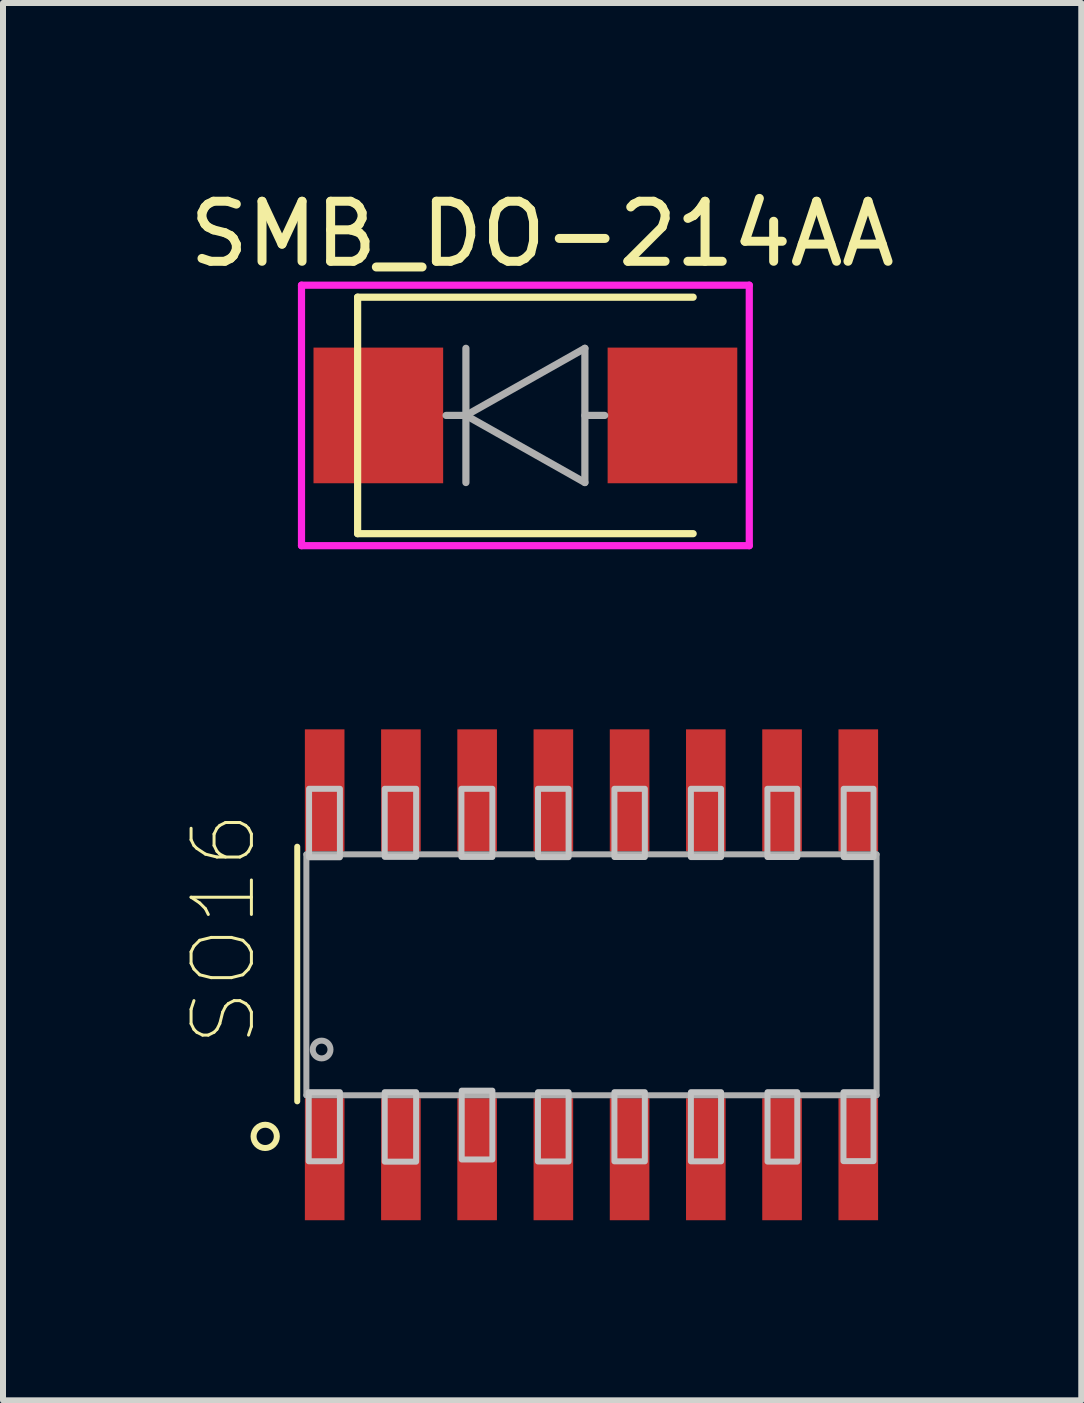
<source format=kicad_pcb>
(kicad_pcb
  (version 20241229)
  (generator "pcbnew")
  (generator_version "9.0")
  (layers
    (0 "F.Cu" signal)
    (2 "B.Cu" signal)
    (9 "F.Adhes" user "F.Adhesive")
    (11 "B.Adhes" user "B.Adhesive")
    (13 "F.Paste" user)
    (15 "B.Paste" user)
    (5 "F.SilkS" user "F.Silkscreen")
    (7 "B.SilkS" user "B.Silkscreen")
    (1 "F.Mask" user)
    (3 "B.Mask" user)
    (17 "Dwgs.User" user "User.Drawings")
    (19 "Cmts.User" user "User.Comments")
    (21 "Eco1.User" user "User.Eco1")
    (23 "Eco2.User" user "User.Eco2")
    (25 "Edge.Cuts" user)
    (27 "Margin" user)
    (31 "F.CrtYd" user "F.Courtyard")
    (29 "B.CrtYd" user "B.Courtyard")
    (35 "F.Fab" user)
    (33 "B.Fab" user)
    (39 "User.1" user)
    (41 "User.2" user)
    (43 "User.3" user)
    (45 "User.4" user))
  (footprint "SO16"
    (layer "F.Cu")
    (at 6.804 13.19)
    (property "Reference" "SO16" (at -6.128 -0.766 90) (layer "F.SilkS") (effects (font (size 1.005 1.005) (thickness 0.05))))
    (attr smd)
    (fp_line (start -4.902 -2.134) (end -4.902 2.108) (stroke (width 0.1) (type solid)) (layer "F.SilkS"))
    (fp_circle (center -5.436 2.692) (end -5.258 2.769) (stroke (width 0.1) (type solid)) (fill no) (layer "F.SilkS"))
    (fp_poly (pts (xy -4.711 1.956) (xy -4.191 1.956) (xy -4.191 3.107) (xy -4.711 3.107)) (stroke (width 0.1) (type solid)) (fill no) (layer "Dwgs.User"))
    (fp_poly (pts (xy -4.705 -3.099) (xy -4.191 -3.099) (xy -4.191 -1.958) (xy -4.705 -1.958)) (stroke (width 0.1) (type solid)) (fill no) (layer "Dwgs.User"))
    (fp_poly (pts (xy -3.445 -3.099) (xy -2.921 -3.099) (xy -2.921 -1.965) (xy -3.445 -1.965)) (stroke (width 0.1) (type solid)) (fill no) (layer "Dwgs.User"))
    (fp_poly (pts (xy -3.445 1.956) (xy -2.921 1.956) (xy -2.921 3.113) (xy -3.445 3.113)) (stroke (width 0.1) (type solid)) (fill no) (layer "Dwgs.User"))
    (fp_poly (pts (xy -2.167 -3.099) (xy -1.651 -3.099) (xy -1.651 -1.963) (xy -2.167 -1.963)) (stroke (width 0.1) (type solid)) (fill no) (layer "Dwgs.User"))
    (fp_poly (pts (xy -2.162 1.93) (xy -1.651 1.93) (xy -1.651 3.077) (xy -2.162 3.077)) (stroke (width 0.1) (type solid)) (fill no) (layer "Dwgs.User"))
    (fp_poly (pts (xy -0.892 1.956) (xy -0.381 1.956) (xy -0.381 3.11) (xy -0.892 3.11)) (stroke (width 0.1) (type solid)) (fill no) (layer "Dwgs.User"))
    (fp_poly (pts (xy -0.891 -3.099) (xy -0.381 -3.099) (xy -0.381 -1.96) (xy -0.891 -1.96)) (stroke (width 0.1) (type solid)) (fill no) (layer "Dwgs.User"))
    (fp_poly (pts (xy 0.382 1.956) (xy 0.889 1.956) (xy 0.889 3.108) (xy 0.382 3.108)) (stroke (width 0.1) (type solid)) (fill no) (layer "Dwgs.User"))
    (fp_poly (pts (xy 0.382 -3.099) (xy 0.889 -3.099) (xy 0.889 -1.962) (xy 0.382 -1.962)) (stroke (width 0.1) (type solid)) (fill no) (layer "Dwgs.User"))
    (fp_poly (pts (xy 1.656 -3.099) (xy 2.159 -3.099) (xy 2.159 -1.961) (xy 1.656 -1.961)) (stroke (width 0.1) (type solid)) (fill no) (layer "Dwgs.User"))
    (fp_poly (pts (xy 1.656 1.956) (xy 2.159 1.956) (xy 2.159 3.108) (xy 1.656 3.108)) (stroke (width 0.1) (type solid)) (fill no) (layer "Dwgs.User"))
    (fp_poly (pts (xy 2.931 -3.099) (xy 3.429 -3.099) (xy 3.429 -1.962) (xy 2.931 -1.962)) (stroke (width 0.1) (type solid)) (fill no) (layer "Dwgs.User"))
    (fp_poly (pts (xy 2.933 1.956) (xy 3.429 1.956) (xy 3.429 3.112) (xy 2.933 3.112)) (stroke (width 0.1) (type solid)) (fill no) (layer "Dwgs.User"))
    (fp_poly (pts (xy 4.198 1.956) (xy 4.699 1.956) (xy 4.699 3.104) (xy 4.198 3.104)) (stroke (width 0.1) (type solid)) (fill no) (layer "Dwgs.User"))
    (fp_poly (pts (xy 4.202 -3.099) (xy 4.699 -3.099) (xy 4.699 -1.961) (xy 4.202 -1.961)) (stroke (width 0.1) (type solid)) (fill no) (layer "Dwgs.User"))
    (fp_line (start -4.75 -2.007) (end -4.75 2.007) (stroke (width 0.1) (type solid)) (layer "F.Fab"))
    (fp_line (start -4.75 2.007) (end 4.75 2.007) (stroke (width 0.1) (type solid)) (layer "F.Fab"))
    (fp_line (start 4.75 -2.007) (end -4.75 -2.007) (stroke (width 0.1) (type solid)) (layer "F.Fab"))
    (fp_line (start 4.75 2.007) (end 4.75 -2.007) (stroke (width 0.1) (type solid)) (layer "F.Fab"))
    (fp_circle (center -4.496 1.245) (end -4.369 1.321) (stroke (width 0.1) (type solid)) (fill no) (layer "F.Fab"))
    (pad "1" smd rect (at -4.445 3.073) (size 0.66 2.032) (layers "F.Cu" "F.Mask" "F.Paste"))
    (pad "2" smd rect (at -3.175 3.073) (size 0.66 2.032) (layers "F.Cu" "F.Mask" "F.Paste"))
    (pad "3" smd rect (at -1.905 3.073) (size 0.66 2.032) (layers "F.Cu" "F.Mask" "F.Paste"))
    (pad "4" smd rect (at -0.635 3.073) (size 0.66 2.032) (layers "F.Cu" "F.Mask" "F.Paste"))
    (pad "5" smd rect (at 0.635 3.073) (size 0.66 2.032) (layers "F.Cu" "F.Mask" "F.Paste"))
    (pad "6" smd rect (at 1.905 3.073) (size 0.66 2.032) (layers "F.Cu" "F.Mask" "F.Paste"))
    (pad "7" smd rect (at 3.175 3.073) (size 0.66 2.032) (layers "F.Cu" "F.Mask" "F.Paste"))
    (pad "8" smd rect (at 4.445 3.073) (size 0.66 2.032) (layers "F.Cu" "F.Mask" "F.Paste"))
    (pad "9" smd rect (at 4.445 -3.073) (size 0.66 2.032) (layers "F.Cu" "F.Mask" "F.Paste"))
    (pad "10" smd rect (at 3.175 -3.073) (size 0.66 2.032) (layers "F.Cu" "F.Mask" "F.Paste"))
    (pad "11" smd rect (at 1.905 -3.073) (size 0.66 2.032) (layers "F.Cu" "F.Mask" "F.Paste"))
    (pad "12" smd rect (at 0.635 -3.073) (size 0.66 2.032) (layers "F.Cu" "F.Mask" "F.Paste"))
    (pad "13" smd rect (at -0.635 -3.073) (size 0.66 2.032) (layers "F.Cu" "F.Mask" "F.Paste"))
    (pad "14" smd rect (at -1.905 -3.073) (size 0.66 2.032) (layers "F.Cu" "F.Mask" "F.Paste"))
    (pad "15" smd rect (at -3.175 -3.073) (size 0.66 2.032) (layers "F.Cu" "F.Mask" "F.Paste"))
    (pad "16" smd rect (at -4.445 -3.073) (size 0.66 2.032) (layers "F.Cu" "F.Mask" "F.Paste")))
  (footprint "SMB_DO-214AA"
    (layer "F.Cu")
    (at 5.703 3.871)
    (property "Reference" "SMB_DO-214AA" (at 0.279 -3.023 0) (layer "F.SilkS") (effects (font (size 1 1) (thickness 0.15))))
    (attr through_hole)
    (fp_line (start -2.795 -1.97) (end -2.795 1.97) (stroke (width 0.12) (type solid)) (layer "F.SilkS"))
    (fp_line (start -2.795 -1.97) (end 2.795 -1.97) (stroke (width 0.12) (type solid)) (layer "F.SilkS"))
    (fp_line (start -2.795 1.97) (end 2.795 1.97) (stroke (width 0.12) (type solid)) (layer "F.SilkS"))
    (fp_line (start -3.73 -2.17) (end -3.73 2.17) (stroke (width 0.12) (type solid)) (layer "F.CrtYd"))
    (fp_line (start -3.73 -2.17) (end 3.73 -2.17) (stroke (width 0.12) (type solid)) (layer "F.CrtYd"))
    (fp_line (start 3.73 -2.17) (end 3.73 2.17) (stroke (width 0.12) (type solid)) (layer "F.CrtYd"))
    (fp_line (start 3.73 2.17) (end -3.73 2.17) (stroke (width 0.12) (type solid)) (layer "F.CrtYd"))
    (fp_line (start -0.991 0) (end -1.321 0) (stroke (width 0.12) (type solid)) (layer "F.Fab"))
    (fp_line (start -0.991 0) (end 0.991 -1.118) (stroke (width 0.12) (type solid)) (layer "F.Fab"))
    (fp_line (start -0.991 1.118) (end -0.991 -1.118) (stroke (width 0.12) (type solid)) (layer "F.Fab"))
    (fp_line (start 0.991 -1.118) (end 0.991 1.118) (stroke (width 0.12) (type solid)) (layer "F.Fab"))
    (fp_line (start 0.991 0) (end 1.321 0) (stroke (width 0.12) (type solid)) (layer "F.Fab"))
    (fp_line (start 0.991 1.118) (end -0.991 0) (stroke (width 0.12) (type solid)) (layer "F.Fab"))
    (pad "1" smd rect (at -2.45 0) (size 2.16 2.26) (layers "F.Cu" "F.Mask" "F.Paste"))
    (pad "2" smd rect (at 2.45 0) (size 2.16 2.26) (layers "F.Cu" "F.Mask" "F.Paste")))
  (gr_rect
    (start -3 -3)
    (end 14.964 20.28)
    (stroke (width 0.1) (type default))
    (fill no)
    (layer "Edge.Cuts")))
</source>
